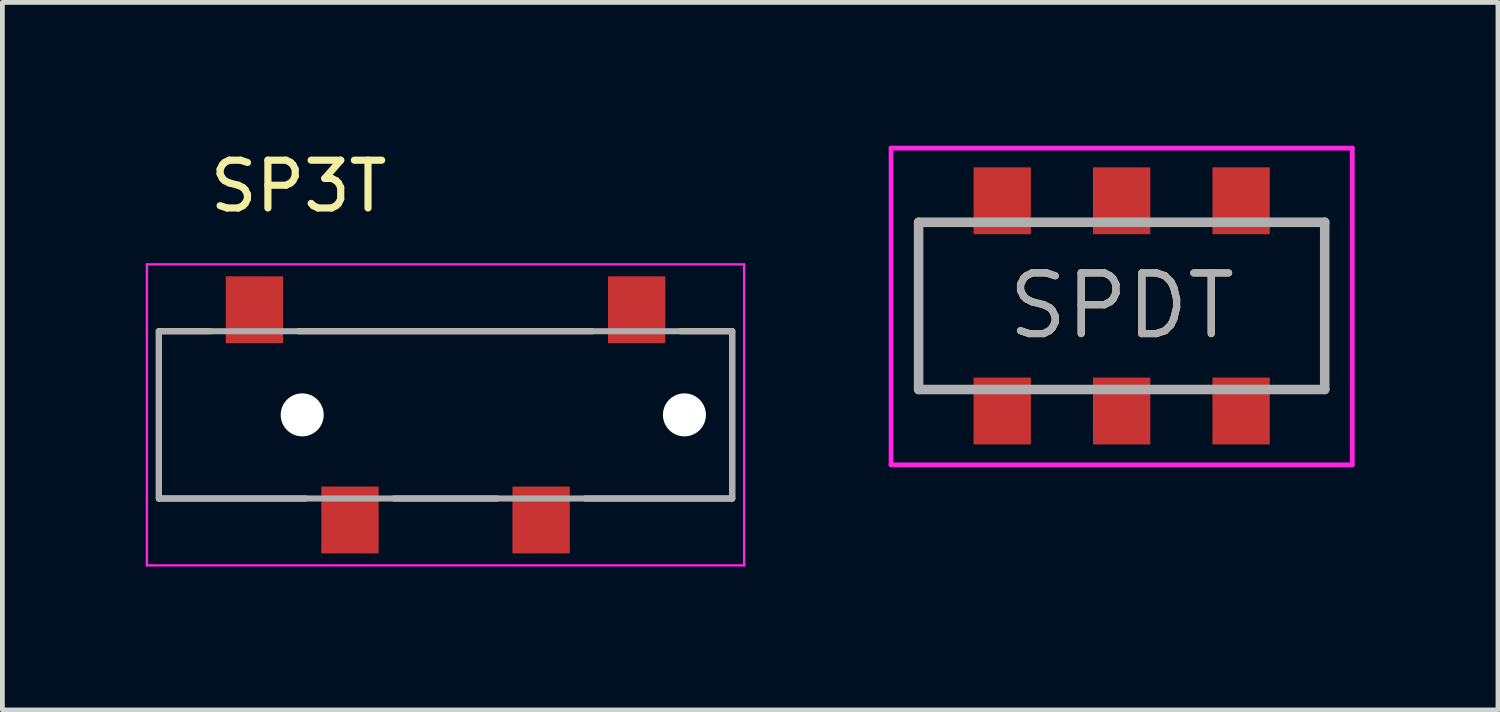
<source format=kicad_pcb>
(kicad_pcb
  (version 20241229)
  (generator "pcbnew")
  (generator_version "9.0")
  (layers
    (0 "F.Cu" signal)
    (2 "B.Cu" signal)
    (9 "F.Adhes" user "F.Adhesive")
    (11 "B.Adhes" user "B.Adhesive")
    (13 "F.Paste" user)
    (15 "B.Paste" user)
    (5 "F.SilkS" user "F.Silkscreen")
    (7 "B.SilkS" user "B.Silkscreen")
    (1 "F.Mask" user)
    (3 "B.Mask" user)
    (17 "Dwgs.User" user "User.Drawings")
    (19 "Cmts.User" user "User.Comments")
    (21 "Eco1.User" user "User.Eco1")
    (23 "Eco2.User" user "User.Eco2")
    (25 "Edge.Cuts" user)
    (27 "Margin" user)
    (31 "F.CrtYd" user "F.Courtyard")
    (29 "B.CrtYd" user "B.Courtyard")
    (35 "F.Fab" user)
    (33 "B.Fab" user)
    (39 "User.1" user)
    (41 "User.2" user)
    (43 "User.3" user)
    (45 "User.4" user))
  (footprint "SPDT"
    (layer "F.Cu")
    (at 20.426 3.352)
    (property "Reference" "SPDT" (at 0 0 0) (layer "F.SilkS") (effects (font (size 1.27 1.27) (thickness 0.15))))
    (attr smd)
    (fp_line (start -4.25 -1.75) (end -4.25 1.75) (stroke (width 0.1) (type solid)) (layer "F.SilkS"))
    (fp_line (start -4.25 1.75) (end -3.5 1.75) (stroke (width 0.1) (type solid)) (layer "F.SilkS"))
    (fp_line (start -3.5 -1.75) (end -4.25 -1.75) (stroke (width 0.1) (type solid)) (layer "F.SilkS"))
    (fp_line (start 3.5 -1.75) (end 4.25 -1.75) (stroke (width 0.1) (type solid)) (layer "F.SilkS"))
    (fp_line (start 4.25 -1.75) (end 4.25 1.75) (stroke (width 0.1) (type solid)) (layer "F.SilkS"))
    (fp_line (start 4.25 1.75) (end 3.5 1.75) (stroke (width 0.1) (type solid)) (layer "F.SilkS"))
    (fp_line (start -4.826 -3.302) (end 4.826 -3.302) (stroke (width 0.1) (type solid)) (layer "F.CrtYd"))
    (fp_line (start -4.826 3.327) (end -4.826 -3.302) (stroke (width 0.1) (type solid)) (layer "F.CrtYd"))
    (fp_line (start 4.826 -3.302) (end 4.826 3.327) (stroke (width 0.1) (type solid)) (layer "F.CrtYd"))
    (fp_line (start 4.826 3.327) (end -4.826 3.327) (stroke (width 0.1) (type solid)) (layer "F.CrtYd"))
    (fp_line (start -4.25 -1.75) (end 4.25 -1.75) (stroke (width 0.2) (type solid)) (layer "F.Fab"))
    (fp_line (start -4.25 1.75) (end -4.25 -1.75) (stroke (width 0.2) (type solid)) (layer "F.Fab"))
    (fp_line (start 4.25 -1.75) (end 4.25 1.75) (stroke (width 0.2) (type solid)) (layer "F.Fab"))
    (fp_line (start 4.25 1.75) (end -4.25 1.75) (stroke (width 0.2) (type solid)) (layer "F.Fab"))
    (fp_text user "${REFERENCE}" (at 0 0 0) (layer "F.Fab") (effects (font (size 1.27 1.27) (thickness 0.15))))
    (pad "1" smd rect (at -2.5 2.2) (size 1.2 1.4) (layers "F.Cu" "F.Mask" "F.Paste"))
    (pad "2" smd rect (at 0 2.2) (size 1.2 1.4) (layers "F.Cu" "F.Mask" "F.Paste"))
    (pad "3" smd rect (at 2.5 2.2) (size 1.2 1.4) (layers "F.Cu" "F.Mask" "F.Paste"))
    (pad "4" smd rect (at -2.5 -2.2) (size 1.2 1.4) (layers "F.Cu" "F.Mask" "F.Paste"))
    (pad "5" smd rect (at 0 -2.2) (size 1.2 1.4) (layers "F.Cu" "F.Mask" "F.Paste"))
    (pad "6" smd rect (at 2.5 -2.2) (size 1.2 1.4) (layers "F.Cu" "F.Mask" "F.Paste")))
  (footprint "SP3T"
    (layer "F.Cu")
    (at 6.275 5.633)
    (property "Reference" "SP3T" (at -3.075 -4.785 0) (layer "F.SilkS") (effects (font (size 1 1) (thickness 0.15))))
    (attr smd)
    (fp_line (start -6 -1.75) (end -4.92 -1.75) (stroke (width 0.127) (type solid)) (layer "F.SilkS"))
    (fp_line (start -6 1.75) (end -6 -1.75) (stroke (width 0.127) (type solid)) (layer "F.SilkS"))
    (fp_line (start -3.08 -1.75) (end 3.08 -1.75) (stroke (width 0.127) (type solid)) (layer "F.SilkS"))
    (fp_line (start -2.92 1.75) (end -6 1.75) (stroke (width 0.127) (type solid)) (layer "F.SilkS"))
    (fp_line (start -1.08 1.75) (end 1.08 1.75) (stroke (width 0.127) (type solid)) (layer "F.SilkS"))
    (fp_line (start 4.92 -1.75) (end 6 -1.75) (stroke (width 0.127) (type solid)) (layer "F.SilkS"))
    (fp_line (start 6 -1.75) (end 6 1.75) (stroke (width 0.127) (type solid)) (layer "F.SilkS"))
    (fp_line (start 6 1.75) (end 2.92 1.75) (stroke (width 0.127) (type solid)) (layer "F.SilkS"))
    (fp_line (start -6.25 -3.15) (end -6.25 3.15) (stroke (width 0.05) (type solid)) (layer "F.CrtYd"))
    (fp_line (start -6.25 3.15) (end 6.25 3.15) (stroke (width 0.05) (type solid)) (layer "F.CrtYd"))
    (fp_line (start 6.25 -3.15) (end -6.25 -3.15) (stroke (width 0.05) (type solid)) (layer "F.CrtYd"))
    (fp_line (start 6.25 3.15) (end 6.25 -3.15) (stroke (width 0.05) (type solid)) (layer "F.CrtYd"))
    (fp_line (start -6 -1.75) (end 6 -1.75) (stroke (width 0.127) (type solid)) (layer "F.Fab"))
    (fp_line (start -6 1.75) (end -6 -1.75) (stroke (width 0.127) (type solid)) (layer "F.Fab"))
    (fp_line (start 6 -1.75) (end 6 1.75) (stroke (width 0.127) (type solid)) (layer "F.Fab"))
    (fp_line (start 6 1.75) (end -6 1.75) (stroke (width 0.127) (type solid)) (layer "F.Fab"))
    (pad "" np_thru_hole circle (at -3 0) (size 0.9 0.9) (drill 0.9) (layers "*.Cu" "*.Mask"))
    (pad "" np_thru_hole circle (at 5 0) (size 0.9 0.9) (drill 0.9) (layers "*.Cu" "*.Mask"))
    (pad "1" smd rect (at -4 -2.2) (size 1.2 1.4) (layers "F.Cu" "F.Mask" "F.Paste"))
    (pad "2" smd rect (at -2 2.2) (size 1.2 1.4) (layers "F.Cu" "F.Mask" "F.Paste"))
    (pad "3" smd rect (at 2 2.2) (size 1.2 1.4) (layers "F.Cu" "F.Mask" "F.Paste"))
    (pad "4" smd rect (at 4 -2.2) (size 1.2 1.4) (layers "F.Cu" "F.Mask" "F.Paste")))
  (gr_rect
    (start -3 -3)
    (end 28.302 11.808)
    (stroke (width 0.1) (type default))
    (fill no)
    (layer "Edge.Cuts")))
</source>
